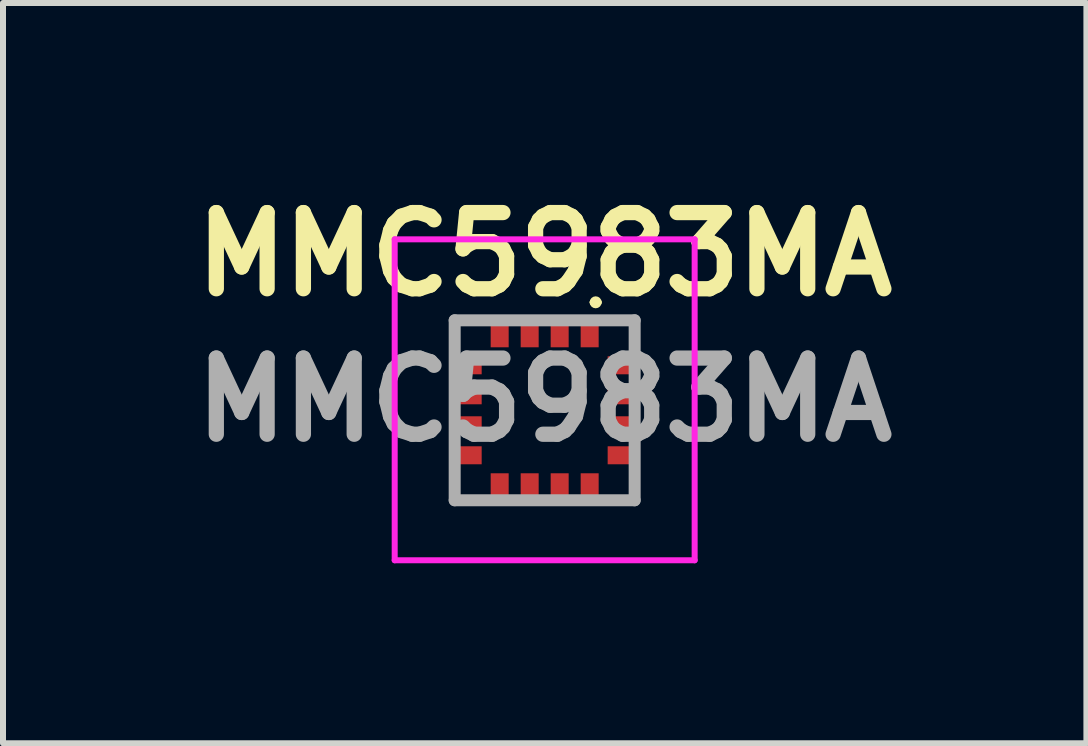
<source format=kicad_pcb>
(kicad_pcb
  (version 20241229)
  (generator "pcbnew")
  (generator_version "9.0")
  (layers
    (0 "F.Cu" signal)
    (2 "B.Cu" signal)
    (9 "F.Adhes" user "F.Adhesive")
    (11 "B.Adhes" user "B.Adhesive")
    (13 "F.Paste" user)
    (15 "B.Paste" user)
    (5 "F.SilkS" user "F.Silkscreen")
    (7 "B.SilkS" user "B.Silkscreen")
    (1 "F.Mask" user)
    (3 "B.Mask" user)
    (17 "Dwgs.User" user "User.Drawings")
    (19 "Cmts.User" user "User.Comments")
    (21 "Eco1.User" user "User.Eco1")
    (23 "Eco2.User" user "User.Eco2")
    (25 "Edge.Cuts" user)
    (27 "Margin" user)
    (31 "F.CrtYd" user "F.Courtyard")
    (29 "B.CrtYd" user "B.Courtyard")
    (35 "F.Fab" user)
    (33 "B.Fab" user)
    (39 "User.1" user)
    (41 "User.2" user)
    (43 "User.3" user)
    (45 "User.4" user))
  (footprint "MMC5983MA"
    (layer "F.Cu")
    (at 6.029 3.789)
    (property "Reference" "MMC5983MA" (at 0 -2.6 0) (layer "F.SilkS") (effects (font (size 1.27 1.27) (thickness 0.254))))
    (attr smd)
    (fp_line (start -1.5 -1.5) (end -1.5 -1) (stroke (width 0.1) (type solid)) (layer "F.SilkS"))
    (fp_line (start -1.5 1) (end -1.5 1.5) (stroke (width 0.1) (type solid)) (layer "F.SilkS"))
    (fp_line (start -1.5 1.5) (end -1 1.5) (stroke (width 0.1) (type solid)) (layer "F.SilkS"))
    (fp_line (start -1 -1.5) (end -1.5 -1.5) (stroke (width 0.1) (type solid)) (layer "F.SilkS"))
    (fp_line (start 0.8 -1.8) (end 0.8 -1.8) (stroke (width 0.1) (type solid)) (layer "F.SilkS"))
    (fp_line (start 0.9 -1.8) (end 0.9 -1.8) (stroke (width 0.1) (type solid)) (layer "F.SilkS"))
    (fp_line (start 1 1.5) (end 1.5 1.5) (stroke (width 0.1) (type solid)) (layer "F.SilkS"))
    (fp_line (start 1.2 -1.5) (end 1.5 -1.5) (stroke (width 0.1) (type solid)) (layer "F.SilkS"))
    (fp_line (start 1.5 -1.5) (end 1.5 -1) (stroke (width 0.1) (type solid)) (layer "F.SilkS"))
    (fp_line (start 1.5 1.5) (end 1.5 1) (stroke (width 0.1) (type solid)) (layer "F.SilkS"))
    (fp_arc (start 0.8 -1.8) (mid 0.85 -1.85) (end 0.9 -1.8) (stroke (width 0.1) (type solid)) (layer "F.SilkS"))
    (fp_arc (start 0.9 -1.8) (mid 0.85 -1.75) (end 0.8 -1.8) (stroke (width 0.1) (type solid)) (layer "F.SilkS"))
    (fp_line (start -2.5 -2.85) (end 2.5 -2.85) (stroke (width 0.1) (type solid)) (layer "F.CrtYd"))
    (fp_line (start -2.5 2.5) (end -2.5 -2.85) (stroke (width 0.1) (type solid)) (layer "F.CrtYd"))
    (fp_line (start 2.5 -2.85) (end 2.5 2.5) (stroke (width 0.1) (type solid)) (layer "F.CrtYd"))
    (fp_line (start 2.5 2.5) (end -2.5 2.5) (stroke (width 0.1) (type solid)) (layer "F.CrtYd"))
    (fp_line (start -1.5 -1.5) (end 1.5 -1.5) (stroke (width 0.2) (type solid)) (layer "F.Fab"))
    (fp_line (start -1.5 1.5) (end -1.5 -1.5) (stroke (width 0.2) (type solid)) (layer "F.Fab"))
    (fp_line (start 1.5 -1.5) (end 1.5 1.5) (stroke (width 0.2) (type solid)) (layer "F.Fab"))
    (fp_line (start 1.5 1.5) (end -1.5 1.5) (stroke (width 0.2) (type solid)) (layer "F.Fab"))
    (fp_text user "${REFERENCE}" (at 0 -0.175 0) (layer "F.Fab") (effects (font (size 1.27 1.27) (thickness 0.254))))
    (pad "1" smd rect (at 0.75 -1.275) (size 0.3 0.45) (layers "F.Cu" "F.Mask" "F.Paste"))
    (pad "2" smd rect (at 0.25 -1.275) (size 0.3 0.45) (layers "F.Cu" "F.Mask" "F.Paste"))
    (pad "3" smd rect (at -0.25 -1.275) (size 0.3 0.45) (layers "F.Cu" "F.Mask" "F.Paste"))
    (pad "4" smd rect (at -0.75 -1.275) (size 0.3 0.45) (layers "F.Cu" "F.Mask" "F.Paste"))
    (pad "5" smd rect (at -1.275 -0.75 90) (size 0.3 0.45) (layers "F.Cu" "F.Mask" "F.Paste"))
    (pad "6" smd rect (at -1.275 -0.25 90) (size 0.3 0.45) (layers "F.Cu" "F.Mask" "F.Paste"))
    (pad "7" smd rect (at -1.275 0.25 90) (size 0.3 0.45) (layers "F.Cu" "F.Mask" "F.Paste"))
    (pad "8" smd rect (at -1.275 0.75 90) (size 0.3 0.45) (layers "F.Cu" "F.Mask" "F.Paste"))
    (pad "9" smd rect (at -0.75 1.275) (size 0.3 0.45) (layers "F.Cu" "F.Mask" "F.Paste"))
    (pad "10" smd rect (at -0.25 1.275) (size 0.3 0.45) (layers "F.Cu" "F.Mask" "F.Paste"))
    (pad "11" smd rect (at 0.25 1.275) (size 0.3 0.45) (layers "F.Cu" "F.Mask" "F.Paste"))
    (pad "12" smd rect (at 0.75 1.275) (size 0.3 0.45) (layers "F.Cu" "F.Mask" "F.Paste"))
    (pad "13" smd rect (at 1.275 0.75 90) (size 0.3 0.45) (layers "F.Cu" "F.Mask" "F.Paste"))
    (pad "14" smd rect (at 1.275 0.25 90) (size 0.3 0.45) (layers "F.Cu" "F.Mask" "F.Paste"))
    (pad "15" smd rect (at 1.275 -0.25 90) (size 0.3 0.45) (layers "F.Cu" "F.Mask" "F.Paste"))
    (pad "16" smd rect (at 1.275 -0.75 90) (size 0.3 0.45) (layers "F.Cu" "F.Mask" "F.Paste")))
  (gr_rect
    (start -3 -3)
    (end 15.059 9.339)
    (stroke (width 0.1) (type default))
    (fill no)
    (layer "Edge.Cuts")))
</source>
